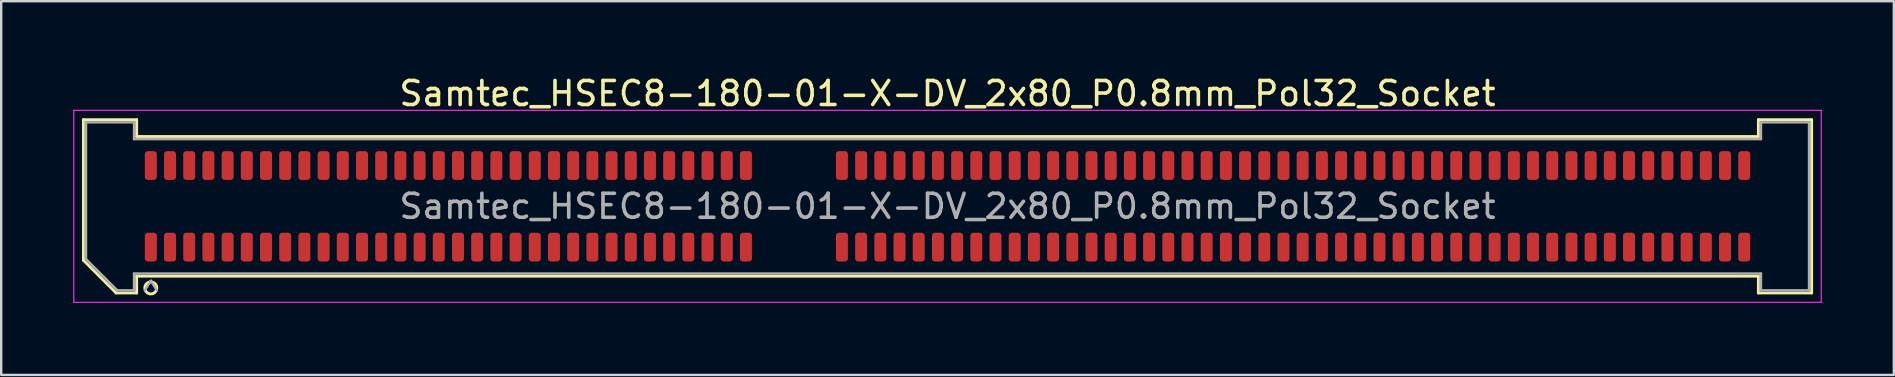
<source format=kicad_pcb>
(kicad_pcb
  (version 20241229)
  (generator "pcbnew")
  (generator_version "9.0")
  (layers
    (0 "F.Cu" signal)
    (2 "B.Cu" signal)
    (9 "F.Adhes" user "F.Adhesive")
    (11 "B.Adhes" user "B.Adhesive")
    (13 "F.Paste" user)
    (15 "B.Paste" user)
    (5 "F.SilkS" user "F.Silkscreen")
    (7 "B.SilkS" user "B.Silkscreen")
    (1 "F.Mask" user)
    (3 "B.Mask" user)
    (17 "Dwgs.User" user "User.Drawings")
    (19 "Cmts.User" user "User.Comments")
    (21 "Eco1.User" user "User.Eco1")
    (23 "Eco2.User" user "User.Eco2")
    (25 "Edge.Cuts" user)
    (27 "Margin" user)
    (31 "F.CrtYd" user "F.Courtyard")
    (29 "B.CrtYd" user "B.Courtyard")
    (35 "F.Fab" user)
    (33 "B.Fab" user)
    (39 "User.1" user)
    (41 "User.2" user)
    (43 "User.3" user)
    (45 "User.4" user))
  (footprint "Samtec_HSEC8-180-01-X-DV_2x80_P0.8mm_Pol32_Socket"
    (layer "F.Cu")
    (at 36.435 5.548)
    (property "Reference" "Samtec_HSEC8-180-01-X-DV_2x80_P0.8mm_Pol32_Socket" (at 0 -4.7 0) (layer "F.SilkS") (effects (font (size 1 1) (thickness 0.15))))
    (attr smd)
    (fp_line (start -36.01 -3.61) (end -33.79 -3.61) (stroke (width 0.12) (type solid)) (layer "F.SilkS"))
    (fp_line (start -36.01 2.246) (end -36.01 -3.61) (stroke (width 0.12) (type solid)) (layer "F.SilkS"))
    (fp_line (start -34.646 3.61) (end -36.01 2.246) (stroke (width 0.12) (type solid)) (layer "F.SilkS"))
    (fp_line (start -33.79 -3.61) (end -33.79 -2.91) (stroke (width 0.12) (type solid)) (layer "F.SilkS"))
    (fp_line (start -33.79 -2.91) (end 33.79 -2.91) (stroke (width 0.12) (type solid)) (layer "F.SilkS"))
    (fp_line (start -33.79 2.91) (end -33.79 3.61) (stroke (width 0.12) (type solid)) (layer "F.SilkS"))
    (fp_line (start -33.79 3.61) (end -34.646 3.61) (stroke (width 0.12) (type solid)) (layer "F.SilkS"))
    (fp_line (start 33.79 -3.61) (end 36.01 -3.61) (stroke (width 0.12) (type solid)) (layer "F.SilkS"))
    (fp_line (start 33.79 -2.91) (end 33.79 -3.61) (stroke (width 0.12) (type solid)) (layer "F.SilkS"))
    (fp_line (start 33.79 2.91) (end -33.79 2.91) (stroke (width 0.12) (type solid)) (layer "F.SilkS"))
    (fp_line (start 33.79 3.61) (end 33.79 2.91) (stroke (width 0.12) (type solid)) (layer "F.SilkS"))
    (fp_line (start 36.01 -3.61) (end 36.01 3.61) (stroke (width 0.12) (type solid)) (layer "F.SilkS"))
    (fp_line (start 36.01 3.61) (end 33.79 3.61) (stroke (width 0.12) (type solid)) (layer "F.SilkS"))
    (fp_arc (start -32.95 3.4) (mid -33.45 3.4) (end -32.95 3.4) (stroke (width 0.12) (type solid)) (layer "F.SilkS"))
    (fp_line (start -36.41 -4) (end -36.41 4) (stroke (width 0.05) (type solid)) (layer "F.CrtYd"))
    (fp_line (start -36.41 4) (end 36.41 4) (stroke (width 0.05) (type solid)) (layer "F.CrtYd"))
    (fp_line (start 36.41 -4) (end -36.41 -4) (stroke (width 0.05) (type solid)) (layer "F.CrtYd"))
    (fp_line (start 36.41 4) (end 36.41 -4) (stroke (width 0.05) (type solid)) (layer "F.CrtYd"))
    (fp_line (start -35.9 -3.5) (end -33.9 -3.5) (stroke (width 0.1) (type solid)) (layer "F.Fab"))
    (fp_line (start -35.9 2.2) (end -35.9 -3.5) (stroke (width 0.1) (type solid)) (layer "F.Fab"))
    (fp_line (start -34.6 3.5) (end -35.9 2.2) (stroke (width 0.1) (type solid)) (layer "F.Fab"))
    (fp_line (start -33.9 -3.5) (end -33.9 -2.8) (stroke (width 0.1) (type solid)) (layer "F.Fab"))
    (fp_line (start -33.9 -2.8) (end 33.9 -2.8) (stroke (width 0.1) (type solid)) (layer "F.Fab"))
    (fp_line (start -33.9 2.8) (end -33.9 3.5) (stroke (width 0.1) (type solid)) (layer "F.Fab"))
    (fp_line (start -33.9 3.5) (end -34.6 3.5) (stroke (width 0.1) (type solid)) (layer "F.Fab"))
    (fp_line (start -33.2 3.1) (end -33.45 3.5) (stroke (width 0.1) (type solid)) (layer "F.Fab"))
    (fp_line (start -33.2 3.1) (end -32.95 3.5) (stroke (width 0.1) (type solid)) (layer "F.Fab"))
    (fp_line (start 33.9 -3.5) (end 35.9 -3.5) (stroke (width 0.1) (type solid)) (layer "F.Fab"))
    (fp_line (start 33.9 -2.8) (end 33.9 -3.5) (stroke (width 0.1) (type solid)) (layer "F.Fab"))
    (fp_line (start 33.9 2.8) (end -33.9 2.8) (stroke (width 0.1) (type solid)) (layer "F.Fab"))
    (fp_line (start 33.9 3.5) (end 33.9 2.8) (stroke (width 0.1) (type solid)) (layer "F.Fab"))
    (fp_line (start 35.9 -3.5) (end 35.9 3.5) (stroke (width 0.1) (type solid)) (layer "F.Fab"))
    (fp_line (start 35.9 3.5) (end 33.9 3.5) (stroke (width 0.1) (type solid)) (layer "F.Fab"))
    (fp_text user "${REFERENCE}" (at 0 0 0) (layer "F.Fab") (effects (font (size 1 1) (thickness 0.15))))
    (pad "1" smd roundrect (at -33.2 1.7) (size 0.5 1.2) (layers "F.Cu" "F.Mask" "F.Paste") (roundrect_rratio 0.25))
    (pad "2" smd roundrect (at -33.2 -1.7) (size 0.5 1.2) (layers "F.Cu" "F.Mask" "F.Paste") (roundrect_rratio 0.25))
    (pad "3" smd roundrect (at -32.4 1.7) (size 0.5 1.2) (layers "F.Cu" "F.Mask" "F.Paste") (roundrect_rratio 0.25))
    (pad "4" smd roundrect (at -32.4 -1.7) (size 0.5 1.2) (layers "F.Cu" "F.Mask" "F.Paste") (roundrect_rratio 0.25))
    (pad "5" smd roundrect (at -31.6 1.7) (size 0.5 1.2) (layers "F.Cu" "F.Mask" "F.Paste") (roundrect_rratio 0.25))
    (pad "6" smd roundrect (at -31.6 -1.7) (size 0.5 1.2) (layers "F.Cu" "F.Mask" "F.Paste") (roundrect_rratio 0.25))
    (pad "7" smd roundrect (at -30.8 1.7) (size 0.5 1.2) (layers "F.Cu" "F.Mask" "F.Paste") (roundrect_rratio 0.25))
    (pad "8" smd roundrect (at -30.8 -1.7) (size 0.5 1.2) (layers "F.Cu" "F.Mask" "F.Paste") (roundrect_rratio 0.25))
    (pad "9" smd roundrect (at -30 1.7) (size 0.5 1.2) (layers "F.Cu" "F.Mask" "F.Paste") (roundrect_rratio 0.25))
    (pad "10" smd roundrect (at -30 -1.7) (size 0.5 1.2) (layers "F.Cu" "F.Mask" "F.Paste") (roundrect_rratio 0.25))
    (pad "11" smd roundrect (at -29.2 1.7) (size 0.5 1.2) (layers "F.Cu" "F.Mask" "F.Paste") (roundrect_rratio 0.25))
    (pad "12" smd roundrect (at -29.2 -1.7) (size 0.5 1.2) (layers "F.Cu" "F.Mask" "F.Paste") (roundrect_rratio 0.25))
    (pad "13" smd roundrect (at -28.4 1.7) (size 0.5 1.2) (layers "F.Cu" "F.Mask" "F.Paste") (roundrect_rratio 0.25))
    (pad "14" smd roundrect (at -28.4 -1.7) (size 0.5 1.2) (layers "F.Cu" "F.Mask" "F.Paste") (roundrect_rratio 0.25))
    (pad "15" smd roundrect (at -27.6 1.7) (size 0.5 1.2) (layers "F.Cu" "F.Mask" "F.Paste") (roundrect_rratio 0.25))
    (pad "16" smd roundrect (at -27.6 -1.7) (size 0.5 1.2) (layers "F.Cu" "F.Mask" "F.Paste") (roundrect_rratio 0.25))
    (pad "17" smd roundrect (at -26.8 1.7) (size 0.5 1.2) (layers "F.Cu" "F.Mask" "F.Paste") (roundrect_rratio 0.25))
    (pad "18" smd roundrect (at -26.8 -1.7) (size 0.5 1.2) (layers "F.Cu" "F.Mask" "F.Paste") (roundrect_rratio 0.25))
    (pad "19" smd roundrect (at -26 1.7) (size 0.5 1.2) (layers "F.Cu" "F.Mask" "F.Paste") (roundrect_rratio 0.25))
    (pad "20" smd roundrect (at -26 -1.7) (size 0.5 1.2) (layers "F.Cu" "F.Mask" "F.Paste") (roundrect_rratio 0.25))
    (pad "21" smd roundrect (at -25.2 1.7) (size 0.5 1.2) (layers "F.Cu" "F.Mask" "F.Paste") (roundrect_rratio 0.25))
    (pad "22" smd roundrect (at -25.2 -1.7) (size 0.5 1.2) (layers "F.Cu" "F.Mask" "F.Paste") (roundrect_rratio 0.25))
    (pad "23" smd roundrect (at -24.4 1.7) (size 0.5 1.2) (layers "F.Cu" "F.Mask" "F.Paste") (roundrect_rratio 0.25))
    (pad "24" smd roundrect (at -24.4 -1.7) (size 0.5 1.2) (layers "F.Cu" "F.Mask" "F.Paste") (roundrect_rratio 0.25))
    (pad "25" smd roundrect (at -23.6 1.7) (size 0.5 1.2) (layers "F.Cu" "F.Mask" "F.Paste") (roundrect_rratio 0.25))
    (pad "26" smd roundrect (at -23.6 -1.7) (size 0.5 1.2) (layers "F.Cu" "F.Mask" "F.Paste") (roundrect_rratio 0.25))
    (pad "27" smd roundrect (at -22.8 1.7) (size 0.5 1.2) (layers "F.Cu" "F.Mask" "F.Paste") (roundrect_rratio 0.25))
    (pad "28" smd roundrect (at -22.8 -1.7) (size 0.5 1.2) (layers "F.Cu" "F.Mask" "F.Paste") (roundrect_rratio 0.25))
    (pad "29" smd roundrect (at -22 1.7) (size 0.5 1.2) (layers "F.Cu" "F.Mask" "F.Paste") (roundrect_rratio 0.25))
    (pad "30" smd roundrect (at -22 -1.7) (size 0.5 1.2) (layers "F.Cu" "F.Mask" "F.Paste") (roundrect_rratio 0.25))
    (pad "31" smd roundrect (at -21.2 1.7) (size 0.5 1.2) (layers "F.Cu" "F.Mask" "F.Paste") (roundrect_rratio 0.25))
    (pad "32" smd roundrect (at -21.2 -1.7) (size 0.5 1.2) (layers "F.Cu" "F.Mask" "F.Paste") (roundrect_rratio 0.25))
    (pad "33" smd roundrect (at -20.4 1.7) (size 0.5 1.2) (layers "F.Cu" "F.Mask" "F.Paste") (roundrect_rratio 0.25))
    (pad "34" smd roundrect (at -20.4 -1.7) (size 0.5 1.2) (layers "F.Cu" "F.Mask" "F.Paste") (roundrect_rratio 0.25))
    (pad "35" smd roundrect (at -19.6 1.7) (size 0.5 1.2) (layers "F.Cu" "F.Mask" "F.Paste") (roundrect_rratio 0.25))
    (pad "36" smd roundrect (at -19.6 -1.7) (size 0.5 1.2) (layers "F.Cu" "F.Mask" "F.Paste") (roundrect_rratio 0.25))
    (pad "37" smd roundrect (at -18.8 1.7) (size 0.5 1.2) (layers "F.Cu" "F.Mask" "F.Paste") (roundrect_rratio 0.25))
    (pad "38" smd roundrect (at -18.8 -1.7) (size 0.5 1.2) (layers "F.Cu" "F.Mask" "F.Paste") (roundrect_rratio 0.25))
    (pad "39" smd roundrect (at -18 1.7) (size 0.5 1.2) (layers "F.Cu" "F.Mask" "F.Paste") (roundrect_rratio 0.25))
    (pad "40" smd roundrect (at -18 -1.7) (size 0.5 1.2) (layers "F.Cu" "F.Mask" "F.Paste") (roundrect_rratio 0.25))
    (pad "41" smd roundrect (at -17.2 1.7) (size 0.5 1.2) (layers "F.Cu" "F.Mask" "F.Paste") (roundrect_rratio 0.25))
    (pad "42" smd roundrect (at -17.2 -1.7) (size 0.5 1.2) (layers "F.Cu" "F.Mask" "F.Paste") (roundrect_rratio 0.25))
    (pad "43" smd roundrect (at -16.4 1.7) (size 0.5 1.2) (layers "F.Cu" "F.Mask" "F.Paste") (roundrect_rratio 0.25))
    (pad "44" smd roundrect (at -16.4 -1.7) (size 0.5 1.2) (layers "F.Cu" "F.Mask" "F.Paste") (roundrect_rratio 0.25))
    (pad "45" smd roundrect (at -15.6 1.7) (size 0.5 1.2) (layers "F.Cu" "F.Mask" "F.Paste") (roundrect_rratio 0.25))
    (pad "46" smd roundrect (at -15.6 -1.7) (size 0.5 1.2) (layers "F.Cu" "F.Mask" "F.Paste") (roundrect_rratio 0.25))
    (pad "47" smd roundrect (at -14.8 1.7) (size 0.5 1.2) (layers "F.Cu" "F.Mask" "F.Paste") (roundrect_rratio 0.25))
    (pad "48" smd roundrect (at -14.8 -1.7) (size 0.5 1.2) (layers "F.Cu" "F.Mask" "F.Paste") (roundrect_rratio 0.25))
    (pad "49" smd roundrect (at -14 1.7) (size 0.5 1.2) (layers "F.Cu" "F.Mask" "F.Paste") (roundrect_rratio 0.25))
    (pad "50" smd roundrect (at -14 -1.7) (size 0.5 1.2) (layers "F.Cu" "F.Mask" "F.Paste") (roundrect_rratio 0.25))
    (pad "51" smd roundrect (at -13.2 1.7) (size 0.5 1.2) (layers "F.Cu" "F.Mask" "F.Paste") (roundrect_rratio 0.25))
    (pad "52" smd roundrect (at -13.2 -1.7) (size 0.5 1.2) (layers "F.Cu" "F.Mask" "F.Paste") (roundrect_rratio 0.25))
    (pad "53" smd roundrect (at -12.4 1.7) (size 0.5 1.2) (layers "F.Cu" "F.Mask" "F.Paste") (roundrect_rratio 0.25))
    (pad "54" smd roundrect (at -12.4 -1.7) (size 0.5 1.2) (layers "F.Cu" "F.Mask" "F.Paste") (roundrect_rratio 0.25))
    (pad "55" smd roundrect (at -11.6 1.7) (size 0.5 1.2) (layers "F.Cu" "F.Mask" "F.Paste") (roundrect_rratio 0.25))
    (pad "56" smd roundrect (at -11.6 -1.7) (size 0.5 1.2) (layers "F.Cu" "F.Mask" "F.Paste") (roundrect_rratio 0.25))
    (pad "57" smd roundrect (at -10.8 1.7) (size 0.5 1.2) (layers "F.Cu" "F.Mask" "F.Paste") (roundrect_rratio 0.25))
    (pad "58" smd roundrect (at -10.8 -1.7) (size 0.5 1.2) (layers "F.Cu" "F.Mask" "F.Paste") (roundrect_rratio 0.25))
    (pad "59" smd roundrect (at -10 1.7) (size 0.5 1.2) (layers "F.Cu" "F.Mask" "F.Paste") (roundrect_rratio 0.25))
    (pad "60" smd roundrect (at -10 -1.7) (size 0.5 1.2) (layers "F.Cu" "F.Mask" "F.Paste") (roundrect_rratio 0.25))
    (pad "61" smd roundrect (at -9.2 1.7) (size 0.5 1.2) (layers "F.Cu" "F.Mask" "F.Paste") (roundrect_rratio 0.25))
    (pad "62" smd roundrect (at -9.2 -1.7) (size 0.5 1.2) (layers "F.Cu" "F.Mask" "F.Paste") (roundrect_rratio 0.25))
    (pad "63" smd roundrect (at -8.4 1.7) (size 0.5 1.2) (layers "F.Cu" "F.Mask" "F.Paste") (roundrect_rratio 0.25))
    (pad "64" smd roundrect (at -8.4 -1.7) (size 0.5 1.2) (layers "F.Cu" "F.Mask" "F.Paste") (roundrect_rratio 0.25))
    (pad "65" smd roundrect (at -4.4 1.7) (size 0.5 1.2) (layers "F.Cu" "F.Mask" "F.Paste") (roundrect_rratio 0.25))
    (pad "66" smd roundrect (at -4.4 -1.7) (size 0.5 1.2) (layers "F.Cu" "F.Mask" "F.Paste") (roundrect_rratio 0.25))
    (pad "67" smd roundrect (at -3.6 1.7) (size 0.5 1.2) (layers "F.Cu" "F.Mask" "F.Paste") (roundrect_rratio 0.25))
    (pad "68" smd roundrect (at -3.6 -1.7) (size 0.5 1.2) (layers "F.Cu" "F.Mask" "F.Paste") (roundrect_rratio 0.25))
    (pad "69" smd roundrect (at -2.8 1.7) (size 0.5 1.2) (layers "F.Cu" "F.Mask" "F.Paste") (roundrect_rratio 0.25))
    (pad "70" smd roundrect (at -2.8 -1.7) (size 0.5 1.2) (layers "F.Cu" "F.Mask" "F.Paste") (roundrect_rratio 0.25))
    (pad "71" smd roundrect (at -2 1.7) (size 0.5 1.2) (layers "F.Cu" "F.Mask" "F.Paste") (roundrect_rratio 0.25))
    (pad "72" smd roundrect (at -2 -1.7) (size 0.5 1.2) (layers "F.Cu" "F.Mask" "F.Paste") (roundrect_rratio 0.25))
    (pad "73" smd roundrect (at -1.2 1.7) (size 0.5 1.2) (layers "F.Cu" "F.Mask" "F.Paste") (roundrect_rratio 0.25))
    (pad "74" smd roundrect (at -1.2 -1.7) (size 0.5 1.2) (layers "F.Cu" "F.Mask" "F.Paste") (roundrect_rratio 0.25))
    (pad "75" smd roundrect (at -0.4 1.7) (size 0.5 1.2) (layers "F.Cu" "F.Mask" "F.Paste") (roundrect_rratio 0.25))
    (pad "76" smd roundrect (at -0.4 -1.7) (size 0.5 1.2) (layers "F.Cu" "F.Mask" "F.Paste") (roundrect_rratio 0.25))
    (pad "77" smd roundrect (at 0.4 1.7) (size 0.5 1.2) (layers "F.Cu" "F.Mask" "F.Paste") (roundrect_rratio 0.25))
    (pad "78" smd roundrect (at 0.4 -1.7) (size 0.5 1.2) (layers "F.Cu" "F.Mask" "F.Paste") (roundrect_rratio 0.25))
    (pad "79" smd roundrect (at 1.2 1.7) (size 0.5 1.2) (layers "F.Cu" "F.Mask" "F.Paste") (roundrect_rratio 0.25))
    (pad "80" smd roundrect (at 1.2 -1.7) (size 0.5 1.2) (layers "F.Cu" "F.Mask" "F.Paste") (roundrect_rratio 0.25))
    (pad "81" smd roundrect (at 2 1.7) (size 0.5 1.2) (layers "F.Cu" "F.Mask" "F.Paste") (roundrect_rratio 0.25))
    (pad "82" smd roundrect (at 2 -1.7) (size 0.5 1.2) (layers "F.Cu" "F.Mask" "F.Paste") (roundrect_rratio 0.25))
    (pad "83" smd roundrect (at 2.8 1.7) (size 0.5 1.2) (layers "F.Cu" "F.Mask" "F.Paste") (roundrect_rratio 0.25))
    (pad "84" smd roundrect (at 2.8 -1.7) (size 0.5 1.2) (layers "F.Cu" "F.Mask" "F.Paste") (roundrect_rratio 0.25))
    (pad "85" smd roundrect (at 3.6 1.7) (size 0.5 1.2) (layers "F.Cu" "F.Mask" "F.Paste") (roundrect_rratio 0.25))
    (pad "86" smd roundrect (at 3.6 -1.7) (size 0.5 1.2) (layers "F.Cu" "F.Mask" "F.Paste") (roundrect_rratio 0.25))
    (pad "87" smd roundrect (at 4.4 1.7) (size 0.5 1.2) (layers "F.Cu" "F.Mask" "F.Paste") (roundrect_rratio 0.25))
    (pad "88" smd roundrect (at 4.4 -1.7) (size 0.5 1.2) (layers "F.Cu" "F.Mask" "F.Paste") (roundrect_rratio 0.25))
    (pad "89" smd roundrect (at 5.2 1.7) (size 0.5 1.2) (layers "F.Cu" "F.Mask" "F.Paste") (roundrect_rratio 0.25))
    (pad "90" smd roundrect (at 5.2 -1.7) (size 0.5 1.2) (layers "F.Cu" "F.Mask" "F.Paste") (roundrect_rratio 0.25))
    (pad "91" smd roundrect (at 6 1.7) (size 0.5 1.2) (layers "F.Cu" "F.Mask" "F.Paste") (roundrect_rratio 0.25))
    (pad "92" smd roundrect (at 6 -1.7) (size 0.5 1.2) (layers "F.Cu" "F.Mask" "F.Paste") (roundrect_rratio 0.25))
    (pad "93" smd roundrect (at 6.8 1.7) (size 0.5 1.2) (layers "F.Cu" "F.Mask" "F.Paste") (roundrect_rratio 0.25))
    (pad "94" smd roundrect (at 6.8 -1.7) (size 0.5 1.2) (layers "F.Cu" "F.Mask" "F.Paste") (roundrect_rratio 0.25))
    (pad "95" smd roundrect (at 7.6 1.7) (size 0.5 1.2) (layers "F.Cu" "F.Mask" "F.Paste") (roundrect_rratio 0.25))
    (pad "96" smd roundrect (at 7.6 -1.7) (size 0.5 1.2) (layers "F.Cu" "F.Mask" "F.Paste") (roundrect_rratio 0.25))
    (pad "97" smd roundrect (at 8.4 1.7) (size 0.5 1.2) (layers "F.Cu" "F.Mask" "F.Paste") (roundrect_rratio 0.25))
    (pad "98" smd roundrect (at 8.4 -1.7) (size 0.5 1.2) (layers "F.Cu" "F.Mask" "F.Paste") (roundrect_rratio 0.25))
    (pad "99" smd roundrect (at 9.2 1.7) (size 0.5 1.2) (layers "F.Cu" "F.Mask" "F.Paste") (roundrect_rratio 0.25))
    (pad "100" smd roundrect (at 9.2 -1.7) (size 0.5 1.2) (layers "F.Cu" "F.Mask" "F.Paste") (roundrect_rratio 0.25))
    (pad "101" smd roundrect (at 10 1.7) (size 0.5 1.2) (layers "F.Cu" "F.Mask" "F.Paste") (roundrect_rratio 0.25))
    (pad "102" smd roundrect (at 10 -1.7) (size 0.5 1.2) (layers "F.Cu" "F.Mask" "F.Paste") (roundrect_rratio 0.25))
    (pad "103" smd roundrect (at 10.8 1.7) (size 0.5 1.2) (layers "F.Cu" "F.Mask" "F.Paste") (roundrect_rratio 0.25))
    (pad "104" smd roundrect (at 10.8 -1.7) (size 0.5 1.2) (layers "F.Cu" "F.Mask" "F.Paste") (roundrect_rratio 0.25))
    (pad "105" smd roundrect (at 11.6 1.7) (size 0.5 1.2) (layers "F.Cu" "F.Mask" "F.Paste") (roundrect_rratio 0.25))
    (pad "106" smd roundrect (at 11.6 -1.7) (size 0.5 1.2) (layers "F.Cu" "F.Mask" "F.Paste") (roundrect_rratio 0.25))
    (pad "107" smd roundrect (at 12.4 1.7) (size 0.5 1.2) (layers "F.Cu" "F.Mask" "F.Paste") (roundrect_rratio 0.25))
    (pad "108" smd roundrect (at 12.4 -1.7) (size 0.5 1.2) (layers "F.Cu" "F.Mask" "F.Paste") (roundrect_rratio 0.25))
    (pad "109" smd roundrect (at 13.2 1.7) (size 0.5 1.2) (layers "F.Cu" "F.Mask" "F.Paste") (roundrect_rratio 0.25))
    (pad "110" smd roundrect (at 13.2 -1.7) (size 0.5 1.2) (layers "F.Cu" "F.Mask" "F.Paste") (roundrect_rratio 0.25))
    (pad "111" smd roundrect (at 14 1.7) (size 0.5 1.2) (layers "F.Cu" "F.Mask" "F.Paste") (roundrect_rratio 0.25))
    (pad "112" smd roundrect (at 14 -1.7) (size 0.5 1.2) (layers "F.Cu" "F.Mask" "F.Paste") (roundrect_rratio 0.25))
    (pad "113" smd roundrect (at 14.8 1.7) (size 0.5 1.2) (layers "F.Cu" "F.Mask" "F.Paste") (roundrect_rratio 0.25))
    (pad "114" smd roundrect (at 14.8 -1.7) (size 0.5 1.2) (layers "F.Cu" "F.Mask" "F.Paste") (roundrect_rratio 0.25))
    (pad "115" smd roundrect (at 15.6 1.7) (size 0.5 1.2) (layers "F.Cu" "F.Mask" "F.Paste") (roundrect_rratio 0.25))
    (pad "116" smd roundrect (at 15.6 -1.7) (size 0.5 1.2) (layers "F.Cu" "F.Mask" "F.Paste") (roundrect_rratio 0.25))
    (pad "117" smd roundrect (at 16.4 1.7) (size 0.5 1.2) (layers "F.Cu" "F.Mask" "F.Paste") (roundrect_rratio 0.25))
    (pad "118" smd roundrect (at 16.4 -1.7) (size 0.5 1.2) (layers "F.Cu" "F.Mask" "F.Paste") (roundrect_rratio 0.25))
    (pad "119" smd roundrect (at 17.2 1.7) (size 0.5 1.2) (layers "F.Cu" "F.Mask" "F.Paste") (roundrect_rratio 0.25))
    (pad "120" smd roundrect (at 17.2 -1.7) (size 0.5 1.2) (layers "F.Cu" "F.Mask" "F.Paste") (roundrect_rratio 0.25))
    (pad "121" smd roundrect (at 18 1.7) (size 0.5 1.2) (layers "F.Cu" "F.Mask" "F.Paste") (roundrect_rratio 0.25))
    (pad "122" smd roundrect (at 18 -1.7) (size 0.5 1.2) (layers "F.Cu" "F.Mask" "F.Paste") (roundrect_rratio 0.25))
    (pad "123" smd roundrect (at 18.8 1.7) (size 0.5 1.2) (layers "F.Cu" "F.Mask" "F.Paste") (roundrect_rratio 0.25))
    (pad "124" smd roundrect (at 18.8 -1.7) (size 0.5 1.2) (layers "F.Cu" "F.Mask" "F.Paste") (roundrect_rratio 0.25))
    (pad "125" smd roundrect (at 19.6 1.7) (size 0.5 1.2) (layers "F.Cu" "F.Mask" "F.Paste") (roundrect_rratio 0.25))
    (pad "126" smd roundrect (at 19.6 -1.7) (size 0.5 1.2) (layers "F.Cu" "F.Mask" "F.Paste") (roundrect_rratio 0.25))
    (pad "127" smd roundrect (at 20.4 1.7) (size 0.5 1.2) (layers "F.Cu" "F.Mask" "F.Paste") (roundrect_rratio 0.25))
    (pad "128" smd roundrect (at 20.4 -1.7) (size 0.5 1.2) (layers "F.Cu" "F.Mask" "F.Paste") (roundrect_rratio 0.25))
    (pad "129" smd roundrect (at 21.2 1.7) (size 0.5 1.2) (layers "F.Cu" "F.Mask" "F.Paste") (roundrect_rratio 0.25))
    (pad "130" smd roundrect (at 21.2 -1.7) (size 0.5 1.2) (layers "F.Cu" "F.Mask" "F.Paste") (roundrect_rratio 0.25))
    (pad "131" smd roundrect (at 22 1.7) (size 0.5 1.2) (layers "F.Cu" "F.Mask" "F.Paste") (roundrect_rratio 0.25))
    (pad "132" smd roundrect (at 22 -1.7) (size 0.5 1.2) (layers "F.Cu" "F.Mask" "F.Paste") (roundrect_rratio 0.25))
    (pad "133" smd roundrect (at 22.8 1.7) (size 0.5 1.2) (layers "F.Cu" "F.Mask" "F.Paste") (roundrect_rratio 0.25))
    (pad "134" smd roundrect (at 22.8 -1.7) (size 0.5 1.2) (layers "F.Cu" "F.Mask" "F.Paste") (roundrect_rratio 0.25))
    (pad "135" smd roundrect (at 23.6 1.7) (size 0.5 1.2) (layers "F.Cu" "F.Mask" "F.Paste") (roundrect_rratio 0.25))
    (pad "136" smd roundrect (at 23.6 -1.7) (size 0.5 1.2) (layers "F.Cu" "F.Mask" "F.Paste") (roundrect_rratio 0.25))
    (pad "137" smd roundrect (at 24.4 1.7) (size 0.5 1.2) (layers "F.Cu" "F.Mask" "F.Paste") (roundrect_rratio 0.25))
    (pad "138" smd roundrect (at 24.4 -1.7) (size 0.5 1.2) (layers "F.Cu" "F.Mask" "F.Paste") (roundrect_rratio 0.25))
    (pad "139" smd roundrect (at 25.2 1.7) (size 0.5 1.2) (layers "F.Cu" "F.Mask" "F.Paste") (roundrect_rratio 0.25))
    (pad "140" smd roundrect (at 25.2 -1.7) (size 0.5 1.2) (layers "F.Cu" "F.Mask" "F.Paste") (roundrect_rratio 0.25))
    (pad "141" smd roundrect (at 26 1.7) (size 0.5 1.2) (layers "F.Cu" "F.Mask" "F.Paste") (roundrect_rratio 0.25))
    (pad "142" smd roundrect (at 26 -1.7) (size 0.5 1.2) (layers "F.Cu" "F.Mask" "F.Paste") (roundrect_rratio 0.25))
    (pad "143" smd roundrect (at 26.8 1.7) (size 0.5 1.2) (layers "F.Cu" "F.Mask" "F.Paste") (roundrect_rratio 0.25))
    (pad "144" smd roundrect (at 26.8 -1.7) (size 0.5 1.2) (layers "F.Cu" "F.Mask" "F.Paste") (roundrect_rratio 0.25))
    (pad "145" smd roundrect (at 27.6 1.7) (size 0.5 1.2) (layers "F.Cu" "F.Mask" "F.Paste") (roundrect_rratio 0.25))
    (pad "146" smd roundrect (at 27.6 -1.7) (size 0.5 1.2) (layers "F.Cu" "F.Mask" "F.Paste") (roundrect_rratio 0.25))
    (pad "147" smd roundrect (at 28.4 1.7) (size 0.5 1.2) (layers "F.Cu" "F.Mask" "F.Paste") (roundrect_rratio 0.25))
    (pad "148" smd roundrect (at 28.4 -1.7) (size 0.5 1.2) (layers "F.Cu" "F.Mask" "F.Paste") (roundrect_rratio 0.25))
    (pad "149" smd roundrect (at 29.2 1.7) (size 0.5 1.2) (layers "F.Cu" "F.Mask" "F.Paste") (roundrect_rratio 0.25))
    (pad "150" smd roundrect (at 29.2 -1.7) (size 0.5 1.2) (layers "F.Cu" "F.Mask" "F.Paste") (roundrect_rratio 0.25))
    (pad "151" smd roundrect (at 30 1.7) (size 0.5 1.2) (layers "F.Cu" "F.Mask" "F.Paste") (roundrect_rratio 0.25))
    (pad "152" smd roundrect (at 30 -1.7) (size 0.5 1.2) (layers "F.Cu" "F.Mask" "F.Paste") (roundrect_rratio 0.25))
    (pad "153" smd roundrect (at 30.8 1.7) (size 0.5 1.2) (layers "F.Cu" "F.Mask" "F.Paste") (roundrect_rratio 0.25))
    (pad "154" smd roundrect (at 30.8 -1.7) (size 0.5 1.2) (layers "F.Cu" "F.Mask" "F.Paste") (roundrect_rratio 0.25))
    (pad "155" smd roundrect (at 31.6 1.7) (size 0.5 1.2) (layers "F.Cu" "F.Mask" "F.Paste") (roundrect_rratio 0.25))
    (pad "156" smd roundrect (at 31.6 -1.7) (size 0.5 1.2) (layers "F.Cu" "F.Mask" "F.Paste") (roundrect_rratio 0.25))
    (pad "157" smd roundrect (at 32.4 1.7) (size 0.5 1.2) (layers "F.Cu" "F.Mask" "F.Paste") (roundrect_rratio 0.25))
    (pad "158" smd roundrect (at 32.4 -1.7) (size 0.5 1.2) (layers "F.Cu" "F.Mask" "F.Paste") (roundrect_rratio 0.25))
    (pad "159" smd roundrect (at 33.2 1.7) (size 0.5 1.2) (layers "F.Cu" "F.Mask" "F.Paste") (roundrect_rratio 0.25))
    (pad "160" smd roundrect (at 33.2 -1.7) (size 0.5 1.2) (layers "F.Cu" "F.Mask" "F.Paste") (roundrect_rratio 0.25)))
  (gr_rect
    (start -3 -3)
    (end 75.87 12.573)
    (stroke (width 0.1) (type default))
    (fill no)
    (layer "Edge.Cuts")))
</source>
